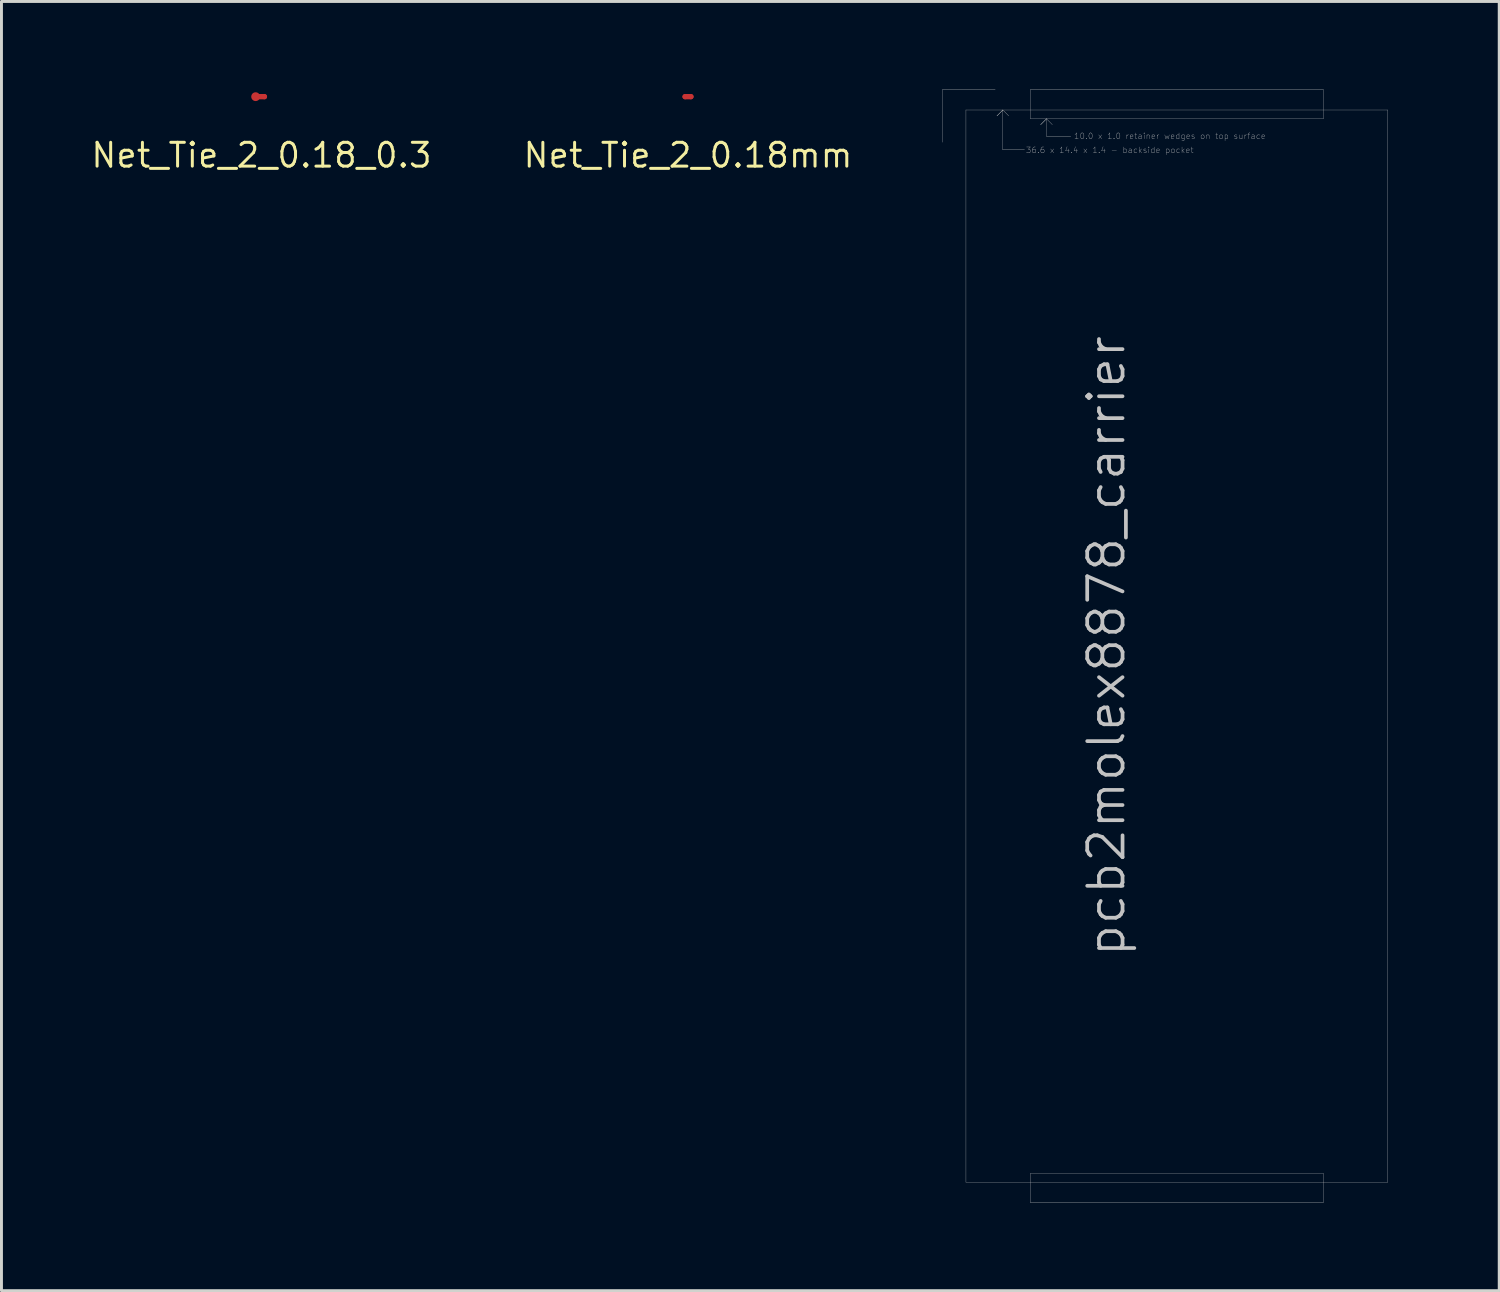
<source format=kicad_pcb>
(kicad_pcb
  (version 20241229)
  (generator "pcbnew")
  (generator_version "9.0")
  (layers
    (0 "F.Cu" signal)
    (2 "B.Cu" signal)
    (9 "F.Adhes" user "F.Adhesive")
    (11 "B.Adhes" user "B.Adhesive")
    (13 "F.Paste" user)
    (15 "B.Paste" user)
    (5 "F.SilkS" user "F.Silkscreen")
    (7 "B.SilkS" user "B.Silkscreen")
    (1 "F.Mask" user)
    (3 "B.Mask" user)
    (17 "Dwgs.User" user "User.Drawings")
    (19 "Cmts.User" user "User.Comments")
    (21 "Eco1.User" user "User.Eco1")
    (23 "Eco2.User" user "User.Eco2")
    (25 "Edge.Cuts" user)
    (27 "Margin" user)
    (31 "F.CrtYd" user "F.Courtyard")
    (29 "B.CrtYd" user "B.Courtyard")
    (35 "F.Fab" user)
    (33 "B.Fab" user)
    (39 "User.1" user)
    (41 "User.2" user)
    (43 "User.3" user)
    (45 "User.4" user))
  (footprint "Net_Tie_2_0.18_0.3"
    (layer "F.Cu")
    (at 5.877 0.25)
    (property "Reference" "Net_Tie_2_0.18_0.3" (at 0 2 0) (layer "F.SilkS") (effects (font (size 0.813 0.813) (thickness 0.102))))
    (attr through_hole)
    (fp_line (start -0.2 0) (end 0.1 0) (stroke (width 0.18) (type solid)) (layer "F.Cu"))
    (pad "1" smd circle (at -0.2 0) (size 0.3 0.3) (layers "F.Cu" "F.Paste"))
    (pad "2" smd circle (at 0.1 0) (size 0.18 0.18) (layers "F.Cu" "F.Paste")))
  (footprint "Net_Tie_2_0.18mm"
    (layer "F.Cu")
    (at 20.437 0.25)
    (property "Reference" "Net_Tie_2_0.18mm" (at 0 2 0) (layer "F.SilkS") (effects (font (size 0.813 0.813) (thickness 0.102))))
    (attr through_hole)
    (fp_line (start -0.1 0) (end 0.1 0) (stroke (width 0.18) (type solid)) (layer "F.Cu"))
    (pad "1" smd circle (at -0.1 0) (size 0.18 0.18) (layers "F.Cu" "F.Paste"))
    (pad "2" smd circle (at 0.1 0) (size 0.18 0.18) (layers "F.Cu" "F.Paste")))
  (footprint "pcb2molex8878_carrier"
    (layer "F.Cu")
    (at 37.125 19.005)
    (property "Reference" "pcb2molex8878_carrier" (at -1.7 0 270) (layer "Dwgs.User") (effects (font (size 1.206 1.206) (thickness 0.127)) (justify bottom)))
    (attr through_hole)
    (fp_line (start -8 -19) (end -8 -17.2) (stroke (width 0.01) (type solid)) (layer "Dwgs.User"))
    (fp_line (start -8 -19) (end -6.2 -19) (stroke (width 0.01) (type solid)) (layer "Dwgs.User"))
    (fp_line (start -7.2 -18.3) (end 7.2 -18.3) (stroke (width 0.01) (type solid)) (layer "Dwgs.User"))
    (fp_line (start -7.2 18.3) (end -7.2 -18.3) (stroke (width 0.01) (type solid)) (layer "Dwgs.User"))
    (fp_line (start -6.14 -18.1) (end -5.94 -18.3) (stroke (width 0.01) (type solid)) (layer "Dwgs.User"))
    (fp_line (start -5.94 -18.3) (end -6.14 -18.1) (stroke (width 0.01) (type solid)) (layer "Dwgs.User"))
    (fp_line (start -5.94 -18.3) (end -5.94 -16.94) (stroke (width 0.01) (type solid)) (layer "Dwgs.User"))
    (fp_line (start -5.94 -18.3) (end -5.74 -18.1) (stroke (width 0.01) (type solid)) (layer "Dwgs.User"))
    (fp_line (start -5.94 -16.94) (end -5.2 -16.94) (stroke (width 0.01) (type solid)) (layer "Dwgs.User"))
    (fp_line (start -5 -19) (end -5 -18) (stroke (width 0.01) (type solid)) (layer "Dwgs.User"))
    (fp_line (start -5 -18) (end 5 -18) (stroke (width 0.01) (type solid)) (layer "Dwgs.User"))
    (fp_line (start -5 18) (end 5 18) (stroke (width 0.01) (type solid)) (layer "Dwgs.User"))
    (fp_line (start -5 19) (end -5 18) (stroke (width 0.01) (type solid)) (layer "Dwgs.User"))
    (fp_line (start -4.65 -17.8) (end -4.45 -18) (stroke (width 0.01) (type solid)) (layer "Dwgs.User"))
    (fp_line (start -4.45 -18) (end -4.65 -17.8) (stroke (width 0.01) (type solid)) (layer "Dwgs.User"))
    (fp_line (start -4.45 -18) (end -4.45 -17.4) (stroke (width 0.01) (type solid)) (layer "Dwgs.User"))
    (fp_line (start -4.45 -18) (end -4.25 -17.8) (stroke (width 0.01) (type solid)) (layer "Dwgs.User"))
    (fp_line (start -4.45 -17.4) (end -3.62 -17.4) (stroke (width 0.01) (type solid)) (layer "Dwgs.User"))
    (fp_line (start 5 -19) (end -5 -19) (stroke (width 0.01) (type solid)) (layer "Dwgs.User"))
    (fp_line (start 5 -18) (end 5 -19) (stroke (width 0.01) (type solid)) (layer "Dwgs.User"))
    (fp_line (start 5 18) (end 5 19) (stroke (width 0.01) (type solid)) (layer "Dwgs.User"))
    (fp_line (start 5 19) (end -5 19) (stroke (width 0.01) (type solid)) (layer "Dwgs.User"))
    (fp_line (start 7.2 -18.3) (end 7.2 18.3) (stroke (width 0.01) (type solid)) (layer "Dwgs.User"))
    (fp_line (start 7.2 18.3) (end -7.2 18.3) (stroke (width 0.01) (type solid)) (layer "Dwgs.User"))
    (fp_line (start -8 -17.2) (end -6.2 -19) (stroke (width 0.01) (type solid)) (layer "Eco2.User"))
    (fp_line (start -8 19) (end -8 -17.2) (stroke (width 0.01) (type solid)) (layer "Eco2.User"))
    (fp_line (start -6.2 -19) (end 8 -19) (stroke (width 0.01) (type solid)) (layer "Eco2.User"))
    (fp_line (start 8 -19) (end 8 19) (stroke (width 0.01) (type solid)) (layer "Eco2.User"))
    (fp_line (start 8 19) (end -8 19) (stroke (width 0.01) (type solid)) (layer "Eco2.User"))
    (fp_text user "36.6 x 14.4 x 1.4 - backside pocket" (at -2.29 -16.93 0) (layer "Dwgs.User") (effects (font (size 0.2 0.2) (thickness 0.01))))
    (fp_text user "10.0 x 1.0 retainer wedges on top surface" (at -0.24 -17.41 0) (layer "Dwgs.User") (effects (font (size 0.2 0.2) (thickness 0.01))))
    (fp_text user "Eco2.User is Edge.Cuts for use with \"pcb2molex8878_chamfer\" carrier." (at -0.05 13.65 0) (layer "Eco2.User") (effects (font (size 0.2 0.2) (thickness 0.01)))))
  (gr_rect
    (start -3 -3)
    (end 48.13 41.01)
    (stroke (width 0.1) (type default))
    (fill no)
    (layer "Edge.Cuts")))
</source>
